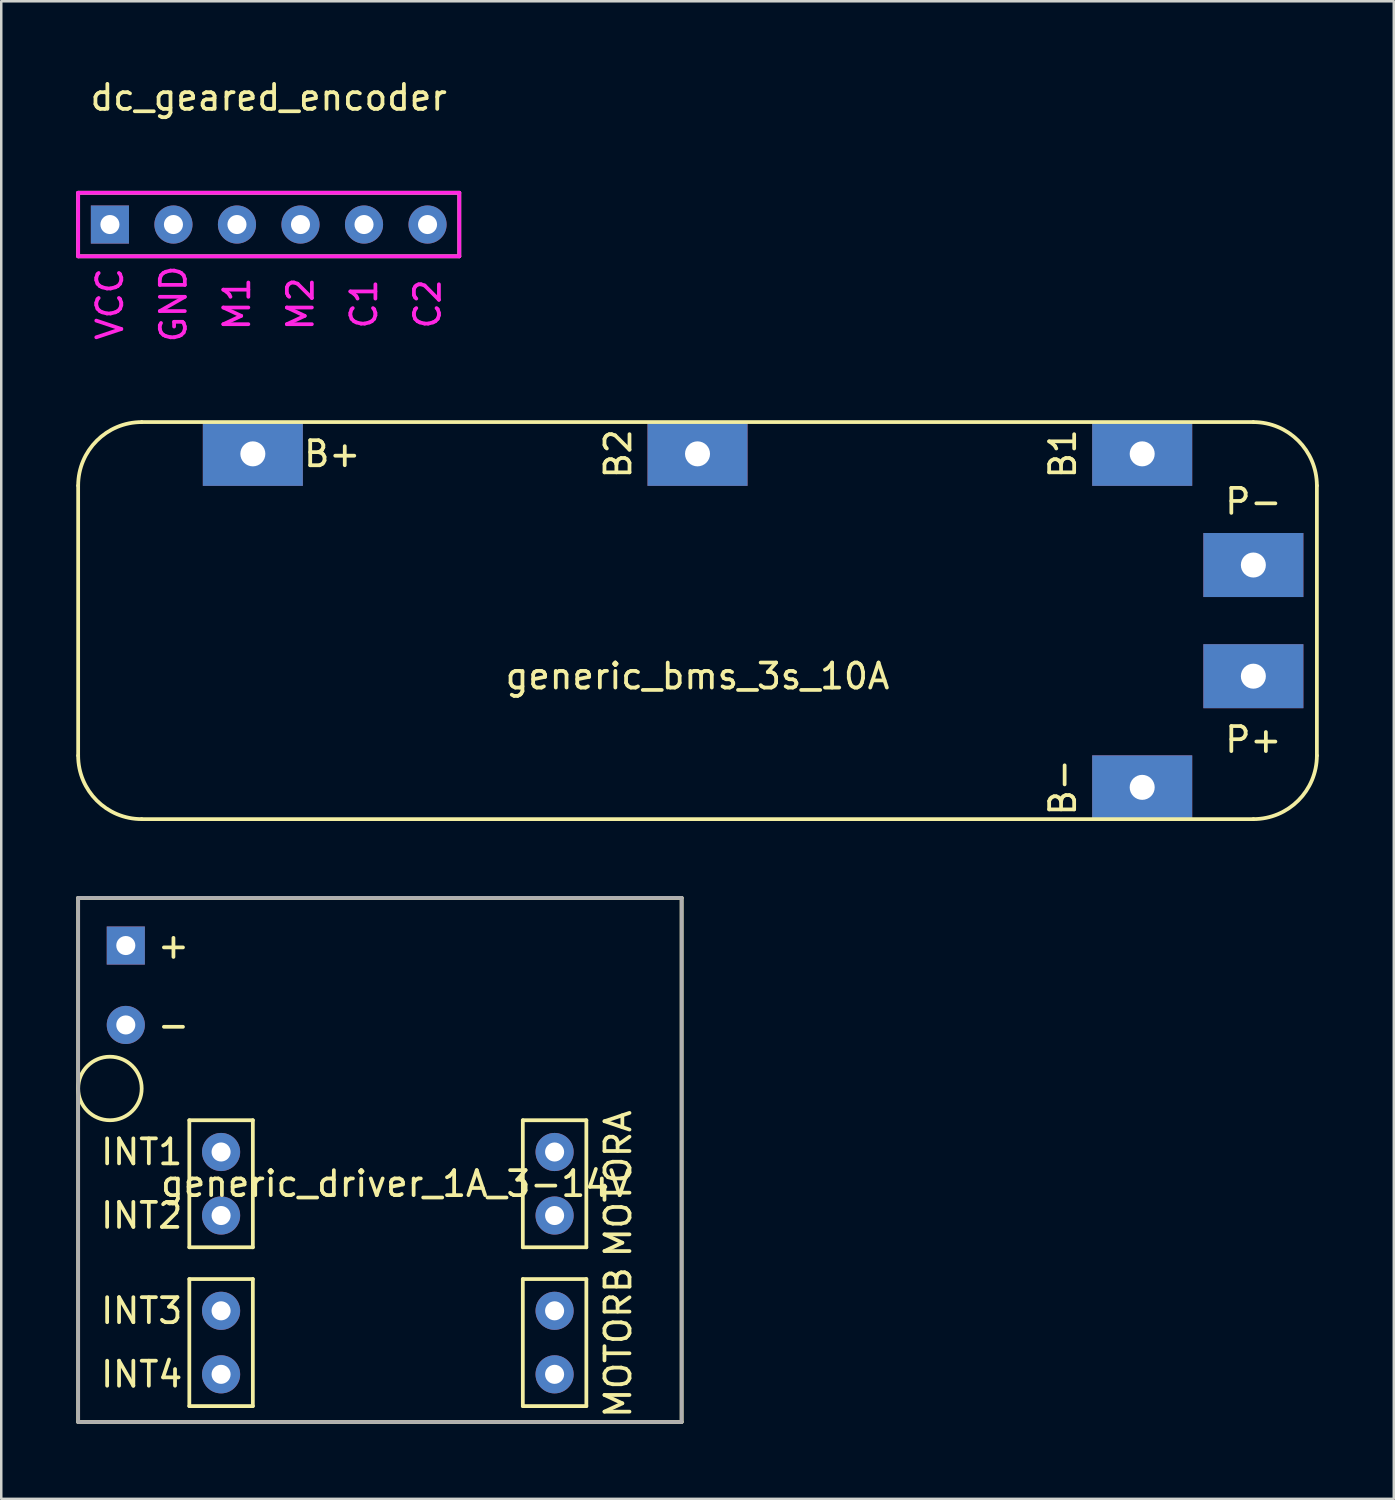
<source format=kicad_pcb>
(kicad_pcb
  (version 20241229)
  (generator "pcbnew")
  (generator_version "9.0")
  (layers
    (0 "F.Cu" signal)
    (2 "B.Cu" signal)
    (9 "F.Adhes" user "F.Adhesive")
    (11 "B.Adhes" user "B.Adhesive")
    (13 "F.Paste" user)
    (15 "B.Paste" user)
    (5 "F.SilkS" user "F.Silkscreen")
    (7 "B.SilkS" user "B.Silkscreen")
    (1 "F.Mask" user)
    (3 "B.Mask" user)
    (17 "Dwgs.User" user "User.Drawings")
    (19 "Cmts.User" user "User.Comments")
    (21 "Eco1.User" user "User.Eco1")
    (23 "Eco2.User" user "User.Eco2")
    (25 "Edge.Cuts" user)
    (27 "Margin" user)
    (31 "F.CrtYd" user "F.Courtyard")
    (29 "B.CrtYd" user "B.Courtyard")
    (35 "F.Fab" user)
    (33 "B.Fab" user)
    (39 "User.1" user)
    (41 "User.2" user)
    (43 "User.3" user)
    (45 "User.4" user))
  (footprint "generic_driver_1A_3-14V"
    (layer "F.Cu")
    (at 1.98 34.757)
    (property "Reference" "generic_driver_1A_3-14V" (at 10.795 9.525 0) (layer "F.SilkS") (effects (font (size 1 1) (thickness 0.15))))
    (attr through_hole)
    (fp_line (start -1.905 -1.905) (end -1.905 19.05) (stroke (width 0.15) (type solid)) (layer "F.SilkS"))
    (fp_line (start -1.905 -1.905) (end 22.225 -1.905) (stroke (width 0.15) (type solid)) (layer "F.SilkS"))
    (fp_line (start -1.905 19.05) (end 22.225 19.05) (stroke (width 0.15) (type solid)) (layer "F.SilkS"))
    (fp_line (start 2.54 6.985) (end 5.08 6.985) (stroke (width 0.15) (type solid)) (layer "F.SilkS"))
    (fp_line (start 2.54 12.065) (end 2.54 6.985) (stroke (width 0.15) (type solid)) (layer "F.SilkS"))
    (fp_line (start 2.54 13.335) (end 5.08 13.335) (stroke (width 0.15) (type solid)) (layer "F.SilkS"))
    (fp_line (start 2.54 18.415) (end 2.54 13.335) (stroke (width 0.15) (type solid)) (layer "F.SilkS"))
    (fp_line (start 5.08 6.985) (end 5.08 12.065) (stroke (width 0.15) (type solid)) (layer "F.SilkS"))
    (fp_line (start 5.08 12.065) (end 2.54 12.065) (stroke (width 0.15) (type solid)) (layer "F.SilkS"))
    (fp_line (start 5.08 13.335) (end 5.08 18.415) (stroke (width 0.15) (type solid)) (layer "F.SilkS"))
    (fp_line (start 5.08 18.415) (end 2.54 18.415) (stroke (width 0.15) (type solid)) (layer "F.SilkS"))
    (fp_line (start 15.875 6.985) (end 18.415 6.985) (stroke (width 0.15) (type solid)) (layer "F.SilkS"))
    (fp_line (start 15.875 12.065) (end 15.875 6.985) (stroke (width 0.15) (type solid)) (layer "F.SilkS"))
    (fp_line (start 15.875 13.335) (end 18.415 13.335) (stroke (width 0.15) (type solid)) (layer "F.SilkS"))
    (fp_line (start 15.875 18.415) (end 15.875 13.335) (stroke (width 0.15) (type solid)) (layer "F.SilkS"))
    (fp_line (start 18.415 6.985) (end 18.415 12.065) (stroke (width 0.15) (type solid)) (layer "F.SilkS"))
    (fp_line (start 18.415 12.065) (end 15.875 12.065) (stroke (width 0.15) (type solid)) (layer "F.SilkS"))
    (fp_line (start 18.415 13.335) (end 18.415 18.415) (stroke (width 0.15) (type solid)) (layer "F.SilkS"))
    (fp_line (start 18.415 18.415) (end 15.875 18.415) (stroke (width 0.15) (type solid)) (layer "F.SilkS"))
    (fp_line (start 22.225 -1.905) (end 22.225 19.05) (stroke (width 0.15) (type solid)) (layer "F.SilkS"))
    (fp_circle (center -0.635 5.715) (end 0.635 5.715) (stroke (width 0.15) (type solid)) (fill no) (layer "F.SilkS"))
    (fp_line (start -1.905 -1.905) (end 22.225 -1.905) (stroke (width 0.15) (type solid)) (layer "F.Fab"))
    (fp_line (start -1.905 19.05) (end -1.905 -1.905) (stroke (width 0.15) (type solid)) (layer "F.Fab"))
    (fp_line (start 22.225 -1.905) (end 22.225 19.05) (stroke (width 0.15) (type solid)) (layer "F.Fab"))
    (fp_line (start 22.225 19.05) (end -1.905 19.05) (stroke (width 0.15) (type solid)) (layer "F.Fab"))
    (fp_text user "INT3" (at 0.635 14.605 0) (layer "F.SilkS") (effects (font (size 1 1) (thickness 0.15))))
    (fp_text user "INT4" (at 0.635 17.145 0) (layer "F.SilkS") (effects (font (size 1 1) (thickness 0.15))))
    (fp_text user "-" (at 1.905 3.175 0) (layer "F.SilkS") (effects (font (size 1 1) (thickness 0.15))))
    (fp_text user "+" (at 1.905 0 0) (layer "F.SilkS") (effects (font (size 1 1) (thickness 0.15))))
    (fp_text user "INT2" (at 0.635 10.795 0) (layer "F.SilkS") (effects (font (size 1 1) (thickness 0.15))))
    (fp_text user "INT1" (at 0.635 8.255 0) (layer "F.SilkS") (effects (font (size 1 1) (thickness 0.15))))
    (fp_text user "MOTORA" (at 19.685 9.525 90) (layer "F.SilkS") (effects (font (size 1 1) (thickness 0.15))))
    (fp_text user "MOTORB" (at 19.685 15.875 90) (layer "F.SilkS") (effects (font (size 1 1) (thickness 0.15))))
    (pad "1" thru_hole rect (at 0 0) (size 1.524 1.524) (drill 0.762) (layers "*.Cu" "*.Mask"))
    (pad "2" thru_hole circle (at 0 3.175) (size 1.524 1.524) (drill 0.762) (layers "*.Cu" "*.Mask"))
    (pad "3" thru_hole circle (at 3.81 8.255) (size 1.524 1.524) (drill 0.762) (layers "*.Cu" "*.Mask"))
    (pad "4" thru_hole circle (at 3.81 10.795) (size 1.524 1.524) (drill 0.762) (layers "*.Cu" "*.Mask"))
    (pad "5" thru_hole circle (at 3.81 14.605) (size 1.524 1.524) (drill 0.762) (layers "*.Cu" "*.Mask"))
    (pad "6" thru_hole circle (at 3.81 17.145) (size 1.524 1.524) (drill 0.762) (layers "*.Cu" "*.Mask"))
    (pad "7" thru_hole circle (at 17.145 8.255) (size 1.524 1.524) (drill 0.762) (layers "*.Cu" "*.Mask"))
    (pad "8" thru_hole circle (at 17.145 10.795) (size 1.524 1.524) (drill 0.762) (layers "*.Cu" "*.Mask"))
    (pad "9" thru_hole circle (at 17.145 14.605) (size 1.524 1.524) (drill 0.762) (layers "*.Cu" "*.Mask"))
    (pad "10" thru_hole circle (at 17.145 17.145) (size 1.524 1.524) (drill 0.762) (layers "*.Cu" "*.Mask")))
  (footprint "dc_geared_encoder"
    (layer "F.Cu")
    (at 1.345 5.928)
    (property "Reference" "dc_geared_encoder" (at 6.35 -5.08 0) (layer "F.SilkS") (effects (font (size 1 1) (thickness 0.15))))
    (attr through_hole)
    (fp_line (start -1.27 -1.27) (end 13.97 -1.27) (stroke (width 0.15) (type solid)) (layer "F.SilkS"))
    (fp_line (start -1.27 1.27) (end -1.27 -1.27) (stroke (width 0.15) (type solid)) (layer "F.SilkS"))
    (fp_line (start 13.97 -1.27) (end 13.97 1.27) (stroke (width 0.15) (type solid)) (layer "F.SilkS"))
    (fp_line (start 13.97 1.27) (end -1.27 1.27) (stroke (width 0.15) (type solid)) (layer "F.SilkS"))
    (fp_line (start -1.27 -1.27) (end 13.97 -1.27) (stroke (width 0.15) (type solid)) (layer "F.CrtYd"))
    (fp_line (start -1.27 1.27) (end -1.27 -1.27) (stroke (width 0.15) (type solid)) (layer "F.CrtYd"))
    (fp_line (start 13.97 -1.27) (end 13.97 1.27) (stroke (width 0.15) (type solid)) (layer "F.CrtYd"))
    (fp_line (start 13.97 1.27) (end -1.27 1.27) (stroke (width 0.15) (type solid)) (layer "F.CrtYd"))
    (fp_text user "M2" (at 7.62 3.175 90) (layer "F.CrtYd") (effects (font (size 1 1) (thickness 0.15))))
    (fp_text user "C1" (at 10.16 3.175 90) (layer "F.CrtYd") (effects (font (size 1 1) (thickness 0.15))))
    (fp_text user "VCC" (at 0 3.175 90) (layer "F.CrtYd") (effects (font (size 1 1) (thickness 0.15))))
    (fp_text user "GND" (at 2.54 3.175 90) (layer "F.CrtYd") (effects (font (size 1 1) (thickness 0.15))))
    (fp_text user "M1" (at 5.08 3.175 90) (layer "F.CrtYd") (effects (font (size 1 1) (thickness 0.15))))
    (fp_text user "C2" (at 12.7 3.175 90) (layer "F.CrtYd") (effects (font (size 1 1) (thickness 0.15))))
    (pad "1" thru_hole rect (at 0 0) (size 1.524 1.524) (drill 0.762) (layers "*.Cu" "*.Mask"))
    (pad "2" thru_hole circle (at 2.54 0) (size 1.524 1.524) (drill 0.762) (layers "*.Cu" "*.Mask"))
    (pad "3" thru_hole circle (at 5.08 0) (size 1.524 1.524) (drill 0.762) (layers "*.Cu" "*.Mask"))
    (pad "4" thru_hole circle (at 7.62 0) (size 1.524 1.524) (drill 0.762) (layers "*.Cu" "*.Mask"))
    (pad "5" thru_hole circle (at 10.16 0) (size 1.524 1.524) (drill 0.762) (layers "*.Cu" "*.Mask"))
    (pad "6" thru_hole circle (at 12.7 0) (size 1.524 1.524) (drill 0.762) (layers "*.Cu" "*.Mask")))
  (footprint "generic_bms_3s_10A"
    (layer "F.Cu")
    (at 47.065 23.987)
    (property "Reference" "generic_bms_3s_10A" (at -22.225 0 0) (layer "F.SilkS") (effects (font (size 1 1) (thickness 0.15))))
    (attr through_hole)
    (fp_line (start -46.99 -7.62) (end -46.99 3.175) (stroke (width 0.15) (type solid)) (layer "F.SilkS"))
    (fp_line (start 0 -10.16) (end -44.45 -10.16) (stroke (width 0.15) (type solid)) (layer "F.SilkS"))
    (fp_line (start 0 5.715) (end -44.45 5.715) (stroke (width 0.15) (type solid)) (layer "F.SilkS"))
    (fp_line (start 2.54 -7.62) (end 2.54 3.175) (stroke (width 0.15) (type solid)) (layer "F.SilkS"))
    (fp_arc (start -46.99 -7.62) (mid -46.246051 -9.416051) (end -44.45 -10.16) (stroke (width 0.15) (type solid)) (layer "F.SilkS"))
    (fp_arc (start -44.45 5.715) (mid -46.246051 4.971051) (end -46.99 3.175) (stroke (width 0.15) (type solid)) (layer "F.SilkS"))
    (fp_arc (start 0 -10.16) (mid 1.796051 -9.416051) (end 2.54 -7.62) (stroke (width 0.15) (type solid)) (layer "F.SilkS"))
    (fp_arc (start 2.54 3.175) (mid 1.796051 4.971051) (end 0 5.715) (stroke (width 0.15) (type solid)) (layer "F.SilkS"))
    (fp_text user "B-" (at -7.62 4.445 90) (layer "F.SilkS") (effects (font (size 1 1) (thickness 0.15))))
    (fp_text user "B1" (at -7.62 -8.89 90) (layer "F.SilkS") (effects (font (size 1 1) (thickness 0.15))))
    (fp_text user "P+" (at 0 2.54 0) (layer "F.SilkS") (effects (font (size 1 1) (thickness 0.15))))
    (fp_text user "B+" (at -36.83 -8.89 0) (layer "F.SilkS") (effects (font (size 1 1) (thickness 0.15))))
    (fp_text user "B2" (at -25.4 -8.89 90) (layer "F.SilkS") (effects (font (size 1 1) (thickness 0.15))))
    (fp_text user "P-" (at 0 -6.985 0) (layer "F.SilkS") (effects (font (size 1 1) (thickness 0.15))))
    (pad "1" thru_hole rect (at 0 0) (size 4 2.56) (drill 1) (layers "*.Cu" "*.Mask"))
    (pad "2" thru_hole rect (at 0 -4.445) (size 4 2.56) (drill 1) (layers "*.Cu" "*.Mask"))
    (pad "3" thru_hole rect (at -40.005 -8.89) (size 4 2.56) (drill 1) (layers "*.Cu" "*.Mask"))
    (pad "4" thru_hole rect (at -4.445 -8.89) (size 4 2.56) (drill 1) (layers "*.Cu" "*.Mask"))
    (pad "5" thru_hole rect (at -22.225 -8.89) (size 4 2.56) (drill 1) (layers "*.Cu" "*.Mask"))
    (pad "6" thru_hole rect (at -4.445 4.445) (size 4 2.56) (drill 1) (layers "*.Cu" "*.Mask")))
  (gr_rect
    (start -3 -3)
    (end 52.68 56.882)
    (stroke (width 0.1) (type default))
    (fill no)
    (layer "Edge.Cuts")))
</source>
